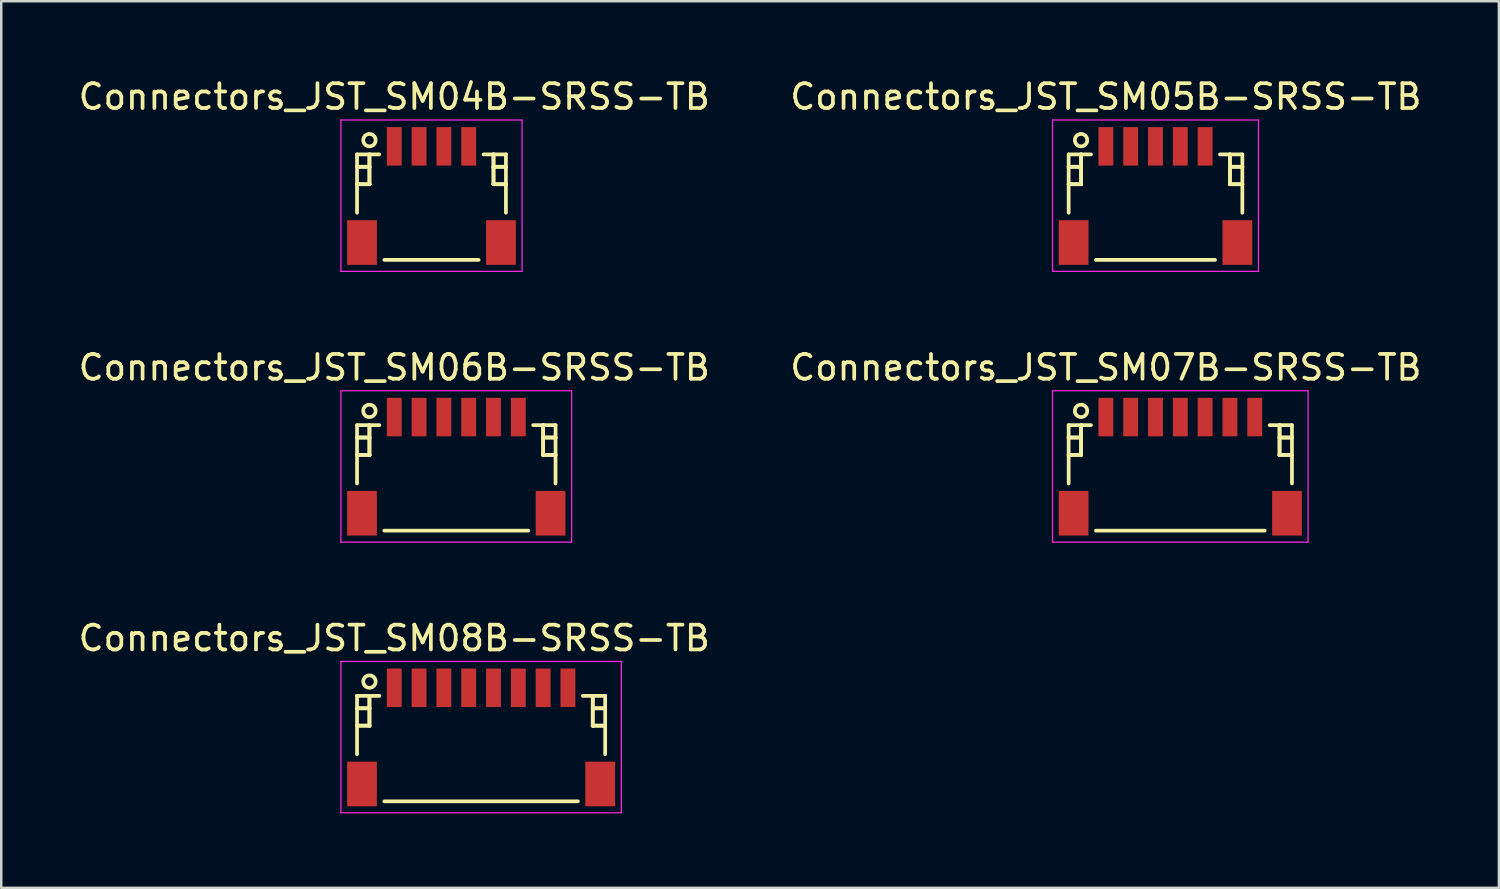
<source format=kicad_pcb>
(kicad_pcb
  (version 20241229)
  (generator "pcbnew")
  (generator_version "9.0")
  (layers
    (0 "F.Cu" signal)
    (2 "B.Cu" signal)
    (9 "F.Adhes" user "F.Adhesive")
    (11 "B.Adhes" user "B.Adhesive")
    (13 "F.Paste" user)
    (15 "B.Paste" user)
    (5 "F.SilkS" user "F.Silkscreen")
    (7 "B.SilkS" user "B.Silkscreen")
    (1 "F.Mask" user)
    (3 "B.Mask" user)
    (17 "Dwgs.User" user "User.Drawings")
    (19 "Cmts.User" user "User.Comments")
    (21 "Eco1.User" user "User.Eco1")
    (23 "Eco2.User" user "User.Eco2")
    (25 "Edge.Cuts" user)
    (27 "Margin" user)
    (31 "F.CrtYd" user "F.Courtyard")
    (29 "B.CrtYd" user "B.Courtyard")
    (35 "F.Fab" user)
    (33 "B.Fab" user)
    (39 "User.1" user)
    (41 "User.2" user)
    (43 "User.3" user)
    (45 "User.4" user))
  (footprint "Connectors_JST_SM07B-SRSS-TB"
    (layer "F.Cu")
    (at 44.518 15.697)
    (property "Reference" "Connectors_JST_SM07B-SRSS-TB" (at -3 -3.938 0) (layer "F.SilkS") (effects (font (size 1 1) (thickness 0.15))))
    (attr smd)
    (fp_line (start -4.5 -1.613) (end -3.6 -1.613) (stroke (width 0.15) (type solid)) (layer "F.SilkS"))
    (fp_line (start -4.5 -1.113) (end -4.5 -1.113) (stroke (width 0.15) (type solid)) (layer "F.SilkS"))
    (fp_line (start -4.5 -1.113) (end -4 -1.113) (stroke (width 0.15) (type solid)) (layer "F.SilkS"))
    (fp_line (start -4.5 -0.412) (end -4.5 -0.412) (stroke (width 0.15) (type solid)) (layer "F.SilkS"))
    (fp_line (start -4.5 -0.412) (end -4 -0.412) (stroke (width 0.15) (type solid)) (layer "F.SilkS"))
    (fp_line (start -4.5 0.738) (end -4.5 -1.613) (stroke (width 0.15) (type solid)) (layer "F.SilkS"))
    (fp_line (start -4 -1.613) (end -4 -1.613) (stroke (width 0.15) (type solid)) (layer "F.SilkS"))
    (fp_line (start -4 -1.613) (end -4 -0.412) (stroke (width 0.15) (type solid)) (layer "F.SilkS"))
    (fp_line (start -4 -1.113) (end -4.5 -1.113) (stroke (width 0.15) (type solid)) (layer "F.SilkS"))
    (fp_line (start -4 -1.113) (end -4 -1.113) (stroke (width 0.15) (type solid)) (layer "F.SilkS"))
    (fp_line (start -4 -0.412) (end -4.5 -0.412) (stroke (width 0.15) (type solid)) (layer "F.SilkS"))
    (fp_line (start -4 -0.412) (end -4 -1.613) (stroke (width 0.15) (type solid)) (layer "F.SilkS"))
    (fp_line (start -4 -0.412) (end -4 -0.412) (stroke (width 0.15) (type solid)) (layer "F.SilkS"))
    (fp_line (start -4 -0.412) (end -4 -0.412) (stroke (width 0.15) (type solid)) (layer "F.SilkS"))
    (fp_line (start -3.4 2.638) (end 3.4 2.638) (stroke (width 0.15) (type solid)) (layer "F.SilkS"))
    (fp_line (start 4 -1.613) (end 4 -1.613) (stroke (width 0.15) (type solid)) (layer "F.SilkS"))
    (fp_line (start 4 -1.613) (end 4 -0.412) (stroke (width 0.15) (type solid)) (layer "F.SilkS"))
    (fp_line (start 4 -1.113) (end 4 -1.113) (stroke (width 0.15) (type solid)) (layer "F.SilkS"))
    (fp_line (start 4 -1.113) (end 4.5 -1.113) (stroke (width 0.15) (type solid)) (layer "F.SilkS"))
    (fp_line (start 4 -0.412) (end 4 -1.613) (stroke (width 0.15) (type solid)) (layer "F.SilkS"))
    (fp_line (start 4 -0.412) (end 4 -0.412) (stroke (width 0.15) (type solid)) (layer "F.SilkS"))
    (fp_line (start 4 -0.412) (end 4 -0.412) (stroke (width 0.15) (type solid)) (layer "F.SilkS"))
    (fp_line (start 4 -0.412) (end 4.5 -0.412) (stroke (width 0.15) (type solid)) (layer "F.SilkS"))
    (fp_line (start 4.5 -1.613) (end 3.6 -1.613) (stroke (width 0.15) (type solid)) (layer "F.SilkS"))
    (fp_line (start 4.5 -1.113) (end 4 -1.113) (stroke (width 0.15) (type solid)) (layer "F.SilkS"))
    (fp_line (start 4.5 -1.113) (end 4.5 -1.113) (stroke (width 0.15) (type solid)) (layer "F.SilkS"))
    (fp_line (start 4.5 -0.412) (end 4 -0.412) (stroke (width 0.15) (type solid)) (layer "F.SilkS"))
    (fp_line (start 4.5 -0.412) (end 4.5 -0.412) (stroke (width 0.15) (type solid)) (layer "F.SilkS"))
    (fp_line (start 4.5 0.738) (end 4.5 -1.613) (stroke (width 0.15) (type solid)) (layer "F.SilkS"))
    (fp_circle (center -4 -2.188) (end -3.75 -2.188) (stroke (width 0.15) (type solid)) (fill no) (layer "F.SilkS"))
    (fp_line (start -5.15 -3) (end 5.15 -3) (stroke (width 0.05) (type solid)) (layer "F.CrtYd"))
    (fp_line (start -5.15 3.1) (end -5.15 -3) (stroke (width 0.05) (type solid)) (layer "F.CrtYd"))
    (fp_line (start 5.15 -3) (end 5.15 3.1) (stroke (width 0.05) (type solid)) (layer "F.CrtYd"))
    (fp_line (start 5.15 3.1) (end -5.15 3.1) (stroke (width 0.05) (type solid)) (layer "F.CrtYd"))
    (pad "" smd rect (at -4.3 1.938) (size 1.2 1.8) (layers "F.Cu" "F.Mask" "F.Paste"))
    (pad "" smd rect (at 4.3 1.938) (size 1.2 1.8) (layers "F.Cu" "F.Mask" "F.Paste"))
    (pad "1" smd rect (at -3 -1.938) (size 0.6 1.55) (layers "F.Cu" "F.Mask" "F.Paste"))
    (pad "2" smd rect (at -2 -1.938) (size 0.6 1.55) (layers "F.Cu" "F.Mask" "F.Paste"))
    (pad "3" smd rect (at -1 -1.938) (size 0.6 1.55) (layers "F.Cu" "F.Mask" "F.Paste"))
    (pad "4" smd rect (at 0 -1.938) (size 0.6 1.55) (layers "F.Cu" "F.Mask" "F.Paste"))
    (pad "5" smd rect (at 1 -1.938) (size 0.6 1.55) (layers "F.Cu" "F.Mask" "F.Paste"))
    (pad "6" smd rect (at 2 -1.938) (size 0.6 1.55) (layers "F.Cu" "F.Mask" "F.Paste"))
    (pad "7" smd rect (at 3 -1.938) (size 0.6 1.55) (layers "F.Cu" "F.Mask" "F.Paste")))
  (footprint "Connectors_JST_SM04B-SRSS-TB"
    (layer "F.Cu")
    (at 14.339 4.786)
    (property "Reference" "Connectors_JST_SM04B-SRSS-TB" (at -1.5 -3.938 0) (layer "F.SilkS") (effects (font (size 1 1) (thickness 0.15))))
    (attr smd)
    (fp_line (start -3 -1.613) (end -2.1 -1.613) (stroke (width 0.15) (type solid)) (layer "F.SilkS"))
    (fp_line (start -3 -1.113) (end -3 -1.113) (stroke (width 0.15) (type solid)) (layer "F.SilkS"))
    (fp_line (start -3 -1.113) (end -2.5 -1.113) (stroke (width 0.15) (type solid)) (layer "F.SilkS"))
    (fp_line (start -3 -0.412) (end -3 -0.412) (stroke (width 0.15) (type solid)) (layer "F.SilkS"))
    (fp_line (start -3 -0.412) (end -2.5 -0.412) (stroke (width 0.15) (type solid)) (layer "F.SilkS"))
    (fp_line (start -3 0.738) (end -3 -1.613) (stroke (width 0.15) (type solid)) (layer "F.SilkS"))
    (fp_line (start -2.5 -1.613) (end -2.5 -1.613) (stroke (width 0.15) (type solid)) (layer "F.SilkS"))
    (fp_line (start -2.5 -1.613) (end -2.5 -0.412) (stroke (width 0.15) (type solid)) (layer "F.SilkS"))
    (fp_line (start -2.5 -1.113) (end -3 -1.113) (stroke (width 0.15) (type solid)) (layer "F.SilkS"))
    (fp_line (start -2.5 -1.113) (end -2.5 -1.113) (stroke (width 0.15) (type solid)) (layer "F.SilkS"))
    (fp_line (start -2.5 -0.412) (end -3 -0.412) (stroke (width 0.15) (type solid)) (layer "F.SilkS"))
    (fp_line (start -2.5 -0.412) (end -2.5 -1.613) (stroke (width 0.15) (type solid)) (layer "F.SilkS"))
    (fp_line (start -2.5 -0.412) (end -2.5 -0.412) (stroke (width 0.15) (type solid)) (layer "F.SilkS"))
    (fp_line (start -2.5 -0.412) (end -2.5 -0.412) (stroke (width 0.15) (type solid)) (layer "F.SilkS"))
    (fp_line (start -1.9 2.638) (end 1.9 2.638) (stroke (width 0.15) (type solid)) (layer "F.SilkS"))
    (fp_line (start 2.5 -1.613) (end 2.5 -1.613) (stroke (width 0.15) (type solid)) (layer "F.SilkS"))
    (fp_line (start 2.5 -1.613) (end 2.5 -0.412) (stroke (width 0.15) (type solid)) (layer "F.SilkS"))
    (fp_line (start 2.5 -1.113) (end 2.5 -1.113) (stroke (width 0.15) (type solid)) (layer "F.SilkS"))
    (fp_line (start 2.5 -1.113) (end 3 -1.113) (stroke (width 0.15) (type solid)) (layer "F.SilkS"))
    (fp_line (start 2.5 -0.412) (end 2.5 -1.613) (stroke (width 0.15) (type solid)) (layer "F.SilkS"))
    (fp_line (start 2.5 -0.412) (end 2.5 -0.412) (stroke (width 0.15) (type solid)) (layer "F.SilkS"))
    (fp_line (start 2.5 -0.412) (end 2.5 -0.412) (stroke (width 0.15) (type solid)) (layer "F.SilkS"))
    (fp_line (start 2.5 -0.412) (end 3 -0.412) (stroke (width 0.15) (type solid)) (layer "F.SilkS"))
    (fp_line (start 3 -1.613) (end 2.1 -1.613) (stroke (width 0.15) (type solid)) (layer "F.SilkS"))
    (fp_line (start 3 -1.113) (end 2.5 -1.113) (stroke (width 0.15) (type solid)) (layer "F.SilkS"))
    (fp_line (start 3 -1.113) (end 3 -1.113) (stroke (width 0.15) (type solid)) (layer "F.SilkS"))
    (fp_line (start 3 -0.412) (end 2.5 -0.412) (stroke (width 0.15) (type solid)) (layer "F.SilkS"))
    (fp_line (start 3 -0.412) (end 3 -0.412) (stroke (width 0.15) (type solid)) (layer "F.SilkS"))
    (fp_line (start 3 0.738) (end 3 -1.613) (stroke (width 0.15) (type solid)) (layer "F.SilkS"))
    (fp_circle (center -2.5 -2.188) (end -2.25 -2.188) (stroke (width 0.15) (type solid)) (fill no) (layer "F.SilkS"))
    (fp_line (start -3.65 -3) (end 3.65 -3) (stroke (width 0.05) (type solid)) (layer "F.CrtYd"))
    (fp_line (start -3.65 3.1) (end -3.65 -3) (stroke (width 0.05) (type solid)) (layer "F.CrtYd"))
    (fp_line (start 3.65 -3) (end 3.65 3.1) (stroke (width 0.05) (type solid)) (layer "F.CrtYd"))
    (fp_line (start 3.65 3.1) (end -3.65 3.1) (stroke (width 0.05) (type solid)) (layer "F.CrtYd"))
    (pad "" smd rect (at -2.8 1.938) (size 1.2 1.8) (layers "F.Cu" "F.Mask" "F.Paste"))
    (pad "" smd rect (at 2.8 1.938) (size 1.2 1.8) (layers "F.Cu" "F.Mask" "F.Paste"))
    (pad "1" smd rect (at -1.5 -1.938) (size 0.6 1.55) (layers "F.Cu" "F.Mask" "F.Paste"))
    (pad "2" smd rect (at -0.5 -1.938) (size 0.6 1.55) (layers "F.Cu" "F.Mask" "F.Paste"))
    (pad "3" smd rect (at 0.5 -1.938) (size 0.6 1.55) (layers "F.Cu" "F.Mask" "F.Paste"))
    (pad "4" smd rect (at 1.5 -1.938) (size 0.6 1.55) (layers "F.Cu" "F.Mask" "F.Paste")))
  (footprint "Connectors_JST_SM06B-SRSS-TB"
    (layer "F.Cu")
    (at 15.339 15.697)
    (property "Reference" "Connectors_JST_SM06B-SRSS-TB" (at -2.5 -3.938 0) (layer "F.SilkS") (effects (font (size 1 1) (thickness 0.15))))
    (attr smd)
    (fp_line (start -4 -1.613) (end -3.1 -1.613) (stroke (width 0.15) (type solid)) (layer "F.SilkS"))
    (fp_line (start -4 -1.113) (end -4 -1.113) (stroke (width 0.15) (type solid)) (layer "F.SilkS"))
    (fp_line (start -4 -1.113) (end -3.5 -1.113) (stroke (width 0.15) (type solid)) (layer "F.SilkS"))
    (fp_line (start -4 -0.412) (end -4 -0.412) (stroke (width 0.15) (type solid)) (layer "F.SilkS"))
    (fp_line (start -4 -0.412) (end -3.5 -0.412) (stroke (width 0.15) (type solid)) (layer "F.SilkS"))
    (fp_line (start -4 0.738) (end -4 -1.613) (stroke (width 0.15) (type solid)) (layer "F.SilkS"))
    (fp_line (start -3.5 -1.613) (end -3.5 -1.613) (stroke (width 0.15) (type solid)) (layer "F.SilkS"))
    (fp_line (start -3.5 -1.613) (end -3.5 -0.412) (stroke (width 0.15) (type solid)) (layer "F.SilkS"))
    (fp_line (start -3.5 -1.113) (end -4 -1.113) (stroke (width 0.15) (type solid)) (layer "F.SilkS"))
    (fp_line (start -3.5 -1.113) (end -3.5 -1.113) (stroke (width 0.15) (type solid)) (layer "F.SilkS"))
    (fp_line (start -3.5 -0.412) (end -4 -0.412) (stroke (width 0.15) (type solid)) (layer "F.SilkS"))
    (fp_line (start -3.5 -0.412) (end -3.5 -1.613) (stroke (width 0.15) (type solid)) (layer "F.SilkS"))
    (fp_line (start -3.5 -0.412) (end -3.5 -0.412) (stroke (width 0.15) (type solid)) (layer "F.SilkS"))
    (fp_line (start -3.5 -0.412) (end -3.5 -0.412) (stroke (width 0.15) (type solid)) (layer "F.SilkS"))
    (fp_line (start -2.9 2.638) (end 2.9 2.638) (stroke (width 0.15) (type solid)) (layer "F.SilkS"))
    (fp_line (start 3.5 -1.613) (end 3.5 -1.613) (stroke (width 0.15) (type solid)) (layer "F.SilkS"))
    (fp_line (start 3.5 -1.613) (end 3.5 -0.412) (stroke (width 0.15) (type solid)) (layer "F.SilkS"))
    (fp_line (start 3.5 -1.113) (end 3.5 -1.113) (stroke (width 0.15) (type solid)) (layer "F.SilkS"))
    (fp_line (start 3.5 -1.113) (end 4 -1.113) (stroke (width 0.15) (type solid)) (layer "F.SilkS"))
    (fp_line (start 3.5 -0.412) (end 3.5 -1.613) (stroke (width 0.15) (type solid)) (layer "F.SilkS"))
    (fp_line (start 3.5 -0.412) (end 3.5 -0.412) (stroke (width 0.15) (type solid)) (layer "F.SilkS"))
    (fp_line (start 3.5 -0.412) (end 3.5 -0.412) (stroke (width 0.15) (type solid)) (layer "F.SilkS"))
    (fp_line (start 3.5 -0.412) (end 4 -0.412) (stroke (width 0.15) (type solid)) (layer "F.SilkS"))
    (fp_line (start 4 -1.613) (end 3.1 -1.613) (stroke (width 0.15) (type solid)) (layer "F.SilkS"))
    (fp_line (start 4 -1.113) (end 3.5 -1.113) (stroke (width 0.15) (type solid)) (layer "F.SilkS"))
    (fp_line (start 4 -1.113) (end 4 -1.113) (stroke (width 0.15) (type solid)) (layer "F.SilkS"))
    (fp_line (start 4 -0.412) (end 3.5 -0.412) (stroke (width 0.15) (type solid)) (layer "F.SilkS"))
    (fp_line (start 4 -0.412) (end 4 -0.412) (stroke (width 0.15) (type solid)) (layer "F.SilkS"))
    (fp_line (start 4 0.738) (end 4 -1.613) (stroke (width 0.15) (type solid)) (layer "F.SilkS"))
    (fp_circle (center -3.5 -2.188) (end -3.25 -2.188) (stroke (width 0.15) (type solid)) (fill no) (layer "F.SilkS"))
    (fp_line (start -4.65 -3) (end 4.65 -3) (stroke (width 0.05) (type solid)) (layer "F.CrtYd"))
    (fp_line (start -4.65 3.1) (end -4.65 -3) (stroke (width 0.05) (type solid)) (layer "F.CrtYd"))
    (fp_line (start 4.65 -3) (end 4.65 3.1) (stroke (width 0.05) (type solid)) (layer "F.CrtYd"))
    (fp_line (start 4.65 3.1) (end -4.65 3.1) (stroke (width 0.05) (type solid)) (layer "F.CrtYd"))
    (pad "" smd rect (at -3.8 1.938) (size 1.2 1.8) (layers "F.Cu" "F.Mask" "F.Paste"))
    (pad "" smd rect (at 3.8 1.938) (size 1.2 1.8) (layers "F.Cu" "F.Mask" "F.Paste"))
    (pad "1" smd rect (at -2.5 -1.938) (size 0.6 1.55) (layers "F.Cu" "F.Mask" "F.Paste"))
    (pad "2" smd rect (at -1.5 -1.938) (size 0.6 1.55) (layers "F.Cu" "F.Mask" "F.Paste"))
    (pad "3" smd rect (at -0.5 -1.938) (size 0.6 1.55) (layers "F.Cu" "F.Mask" "F.Paste"))
    (pad "4" smd rect (at 0.5 -1.938) (size 0.6 1.55) (layers "F.Cu" "F.Mask" "F.Paste"))
    (pad "5" smd rect (at 1.5 -1.938) (size 0.6 1.55) (layers "F.Cu" "F.Mask" "F.Paste"))
    (pad "6" smd rect (at 2.5 -1.938) (size 0.6 1.55) (layers "F.Cu" "F.Mask" "F.Paste")))
  (footprint "Connectors_JST_SM08B-SRSS-TB"
    (layer "F.Cu")
    (at 16.339 26.607)
    (property "Reference" "Connectors_JST_SM08B-SRSS-TB" (at -3.5 -3.938 0) (layer "F.SilkS") (effects (font (size 1 1) (thickness 0.15))))
    (attr smd)
    (fp_line (start -5 -1.613) (end -4.1 -1.613) (stroke (width 0.15) (type solid)) (layer "F.SilkS"))
    (fp_line (start -5 -1.113) (end -5 -1.113) (stroke (width 0.15) (type solid)) (layer "F.SilkS"))
    (fp_line (start -5 -1.113) (end -4.5 -1.113) (stroke (width 0.15) (type solid)) (layer "F.SilkS"))
    (fp_line (start -5 -0.412) (end -5 -0.412) (stroke (width 0.15) (type solid)) (layer "F.SilkS"))
    (fp_line (start -5 -0.412) (end -4.5 -0.412) (stroke (width 0.15) (type solid)) (layer "F.SilkS"))
    (fp_line (start -5 0.738) (end -5 -1.613) (stroke (width 0.15) (type solid)) (layer "F.SilkS"))
    (fp_line (start -4.5 -1.613) (end -4.5 -1.613) (stroke (width 0.15) (type solid)) (layer "F.SilkS"))
    (fp_line (start -4.5 -1.613) (end -4.5 -0.412) (stroke (width 0.15) (type solid)) (layer "F.SilkS"))
    (fp_line (start -4.5 -1.113) (end -5 -1.113) (stroke (width 0.15) (type solid)) (layer "F.SilkS"))
    (fp_line (start -4.5 -1.113) (end -4.5 -1.113) (stroke (width 0.15) (type solid)) (layer "F.SilkS"))
    (fp_line (start -4.5 -0.412) (end -5 -0.412) (stroke (width 0.15) (type solid)) (layer "F.SilkS"))
    (fp_line (start -4.5 -0.412) (end -4.5 -1.613) (stroke (width 0.15) (type solid)) (layer "F.SilkS"))
    (fp_line (start -4.5 -0.412) (end -4.5 -0.412) (stroke (width 0.15) (type solid)) (layer "F.SilkS"))
    (fp_line (start -4.5 -0.412) (end -4.5 -0.412) (stroke (width 0.15) (type solid)) (layer "F.SilkS"))
    (fp_line (start -3.9 2.638) (end 3.9 2.638) (stroke (width 0.15) (type solid)) (layer "F.SilkS"))
    (fp_line (start 4.5 -1.613) (end 4.5 -1.613) (stroke (width 0.15) (type solid)) (layer "F.SilkS"))
    (fp_line (start 4.5 -1.613) (end 4.5 -0.412) (stroke (width 0.15) (type solid)) (layer "F.SilkS"))
    (fp_line (start 4.5 -1.113) (end 4.5 -1.113) (stroke (width 0.15) (type solid)) (layer "F.SilkS"))
    (fp_line (start 4.5 -1.113) (end 5 -1.113) (stroke (width 0.15) (type solid)) (layer "F.SilkS"))
    (fp_line (start 4.5 -0.412) (end 4.5 -1.613) (stroke (width 0.15) (type solid)) (layer "F.SilkS"))
    (fp_line (start 4.5 -0.412) (end 4.5 -0.412) (stroke (width 0.15) (type solid)) (layer "F.SilkS"))
    (fp_line (start 4.5 -0.412) (end 4.5 -0.412) (stroke (width 0.15) (type solid)) (layer "F.SilkS"))
    (fp_line (start 4.5 -0.412) (end 5 -0.412) (stroke (width 0.15) (type solid)) (layer "F.SilkS"))
    (fp_line (start 5 -1.613) (end 4.1 -1.613) (stroke (width 0.15) (type solid)) (layer "F.SilkS"))
    (fp_line (start 5 -1.113) (end 4.5 -1.113) (stroke (width 0.15) (type solid)) (layer "F.SilkS"))
    (fp_line (start 5 -1.113) (end 5 -1.113) (stroke (width 0.15) (type solid)) (layer "F.SilkS"))
    (fp_line (start 5 -0.412) (end 4.5 -0.412) (stroke (width 0.15) (type solid)) (layer "F.SilkS"))
    (fp_line (start 5 -0.412) (end 5 -0.412) (stroke (width 0.15) (type solid)) (layer "F.SilkS"))
    (fp_line (start 5 0.738) (end 5 -1.613) (stroke (width 0.15) (type solid)) (layer "F.SilkS"))
    (fp_circle (center -4.5 -2.188) (end -4.25 -2.188) (stroke (width 0.15) (type solid)) (fill no) (layer "F.SilkS"))
    (fp_line (start -5.65 -3) (end 5.65 -3) (stroke (width 0.05) (type solid)) (layer "F.CrtYd"))
    (fp_line (start -5.65 3.1) (end -5.65 -3) (stroke (width 0.05) (type solid)) (layer "F.CrtYd"))
    (fp_line (start 5.65 -3) (end 5.65 3.1) (stroke (width 0.05) (type solid)) (layer "F.CrtYd"))
    (fp_line (start 5.65 3.1) (end -5.65 3.1) (stroke (width 0.05) (type solid)) (layer "F.CrtYd"))
    (pad "" smd rect (at -4.8 1.938) (size 1.2 1.8) (layers "F.Cu" "F.Mask" "F.Paste"))
    (pad "" smd rect (at 4.8 1.938) (size 1.2 1.8) (layers "F.Cu" "F.Mask" "F.Paste"))
    (pad "1" smd rect (at -3.5 -1.938) (size 0.6 1.55) (layers "F.Cu" "F.Mask" "F.Paste"))
    (pad "2" smd rect (at -2.5 -1.938) (size 0.6 1.55) (layers "F.Cu" "F.Mask" "F.Paste"))
    (pad "3" smd rect (at -1.5 -1.938) (size 0.6 1.55) (layers "F.Cu" "F.Mask" "F.Paste"))
    (pad "4" smd rect (at -0.5 -1.938) (size 0.6 1.55) (layers "F.Cu" "F.Mask" "F.Paste"))
    (pad "5" smd rect (at 0.5 -1.938) (size 0.6 1.55) (layers "F.Cu" "F.Mask" "F.Paste"))
    (pad "6" smd rect (at 1.5 -1.938) (size 0.6 1.55) (layers "F.Cu" "F.Mask" "F.Paste"))
    (pad "7" smd rect (at 2.5 -1.938) (size 0.6 1.55) (layers "F.Cu" "F.Mask" "F.Paste"))
    (pad "8" smd rect (at 3.5 -1.938) (size 0.6 1.55) (layers "F.Cu" "F.Mask" "F.Paste")))
  (footprint "Connectors_JST_SM05B-SRSS-TB"
    (layer "F.Cu")
    (at 43.518 4.786)
    (property "Reference" "Connectors_JST_SM05B-SRSS-TB" (at -2 -3.938 0) (layer "F.SilkS") (effects (font (size 1 1) (thickness 0.15))))
    (attr smd)
    (fp_line (start -3.5 -1.613) (end -2.6 -1.613) (stroke (width 0.15) (type solid)) (layer "F.SilkS"))
    (fp_line (start -3.5 -1.113) (end -3.5 -1.113) (stroke (width 0.15) (type solid)) (layer "F.SilkS"))
    (fp_line (start -3.5 -1.113) (end -3 -1.113) (stroke (width 0.15) (type solid)) (layer "F.SilkS"))
    (fp_line (start -3.5 -0.412) (end -3.5 -0.412) (stroke (width 0.15) (type solid)) (layer "F.SilkS"))
    (fp_line (start -3.5 -0.412) (end -3 -0.412) (stroke (width 0.15) (type solid)) (layer "F.SilkS"))
    (fp_line (start -3.5 0.738) (end -3.5 -1.613) (stroke (width 0.15) (type solid)) (layer "F.SilkS"))
    (fp_line (start -3 -1.613) (end -3 -1.613) (stroke (width 0.15) (type solid)) (layer "F.SilkS"))
    (fp_line (start -3 -1.613) (end -3 -0.412) (stroke (width 0.15) (type solid)) (layer "F.SilkS"))
    (fp_line (start -3 -1.113) (end -3.5 -1.113) (stroke (width 0.15) (type solid)) (layer "F.SilkS"))
    (fp_line (start -3 -1.113) (end -3 -1.113) (stroke (width 0.15) (type solid)) (layer "F.SilkS"))
    (fp_line (start -3 -0.412) (end -3.5 -0.412) (stroke (width 0.15) (type solid)) (layer "F.SilkS"))
    (fp_line (start -3 -0.412) (end -3 -1.613) (stroke (width 0.15) (type solid)) (layer "F.SilkS"))
    (fp_line (start -3 -0.412) (end -3 -0.412) (stroke (width 0.15) (type solid)) (layer "F.SilkS"))
    (fp_line (start -3 -0.412) (end -3 -0.412) (stroke (width 0.15) (type solid)) (layer "F.SilkS"))
    (fp_line (start -2.4 2.638) (end 2.4 2.638) (stroke (width 0.15) (type solid)) (layer "F.SilkS"))
    (fp_line (start 3 -1.613) (end 3 -1.613) (stroke (width 0.15) (type solid)) (layer "F.SilkS"))
    (fp_line (start 3 -1.613) (end 3 -0.412) (stroke (width 0.15) (type solid)) (layer "F.SilkS"))
    (fp_line (start 3 -1.113) (end 3 -1.113) (stroke (width 0.15) (type solid)) (layer "F.SilkS"))
    (fp_line (start 3 -1.113) (end 3.5 -1.113) (stroke (width 0.15) (type solid)) (layer "F.SilkS"))
    (fp_line (start 3 -0.412) (end 3 -1.613) (stroke (width 0.15) (type solid)) (layer "F.SilkS"))
    (fp_line (start 3 -0.412) (end 3 -0.412) (stroke (width 0.15) (type solid)) (layer "F.SilkS"))
    (fp_line (start 3 -0.412) (end 3 -0.412) (stroke (width 0.15) (type solid)) (layer "F.SilkS"))
    (fp_line (start 3 -0.412) (end 3.5 -0.412) (stroke (width 0.15) (type solid)) (layer "F.SilkS"))
    (fp_line (start 3.5 -1.613) (end 2.6 -1.613) (stroke (width 0.15) (type solid)) (layer "F.SilkS"))
    (fp_line (start 3.5 -1.113) (end 3 -1.113) (stroke (width 0.15) (type solid)) (layer "F.SilkS"))
    (fp_line (start 3.5 -1.113) (end 3.5 -1.113) (stroke (width 0.15) (type solid)) (layer "F.SilkS"))
    (fp_line (start 3.5 -0.412) (end 3 -0.412) (stroke (width 0.15) (type solid)) (layer "F.SilkS"))
    (fp_line (start 3.5 -0.412) (end 3.5 -0.412) (stroke (width 0.15) (type solid)) (layer "F.SilkS"))
    (fp_line (start 3.5 0.738) (end 3.5 -1.613) (stroke (width 0.15) (type solid)) (layer "F.SilkS"))
    (fp_circle (center -3 -2.188) (end -2.75 -2.188) (stroke (width 0.15) (type solid)) (fill no) (layer "F.SilkS"))
    (fp_line (start -4.15 -3) (end 4.15 -3) (stroke (width 0.05) (type solid)) (layer "F.CrtYd"))
    (fp_line (start -4.15 3.1) (end -4.15 -3) (stroke (width 0.05) (type solid)) (layer "F.CrtYd"))
    (fp_line (start 4.15 -3) (end 4.15 3.1) (stroke (width 0.05) (type solid)) (layer "F.CrtYd"))
    (fp_line (start 4.15 3.1) (end -4.15 3.1) (stroke (width 0.05) (type solid)) (layer "F.CrtYd"))
    (pad "" smd rect (at -3.3 1.938) (size 1.2 1.8) (layers "F.Cu" "F.Mask" "F.Paste"))
    (pad "" smd rect (at 3.3 1.938) (size 1.2 1.8) (layers "F.Cu" "F.Mask" "F.Paste"))
    (pad "1" smd rect (at -2 -1.938) (size 0.6 1.55) (layers "F.Cu" "F.Mask" "F.Paste"))
    (pad "2" smd rect (at -1 -1.938) (size 0.6 1.55) (layers "F.Cu" "F.Mask" "F.Paste"))
    (pad "3" smd rect (at 0 -1.938) (size 0.6 1.55) (layers "F.Cu" "F.Mask" "F.Paste"))
    (pad "4" smd rect (at 1 -1.938) (size 0.6 1.55) (layers "F.Cu" "F.Mask" "F.Paste"))
    (pad "5" smd rect (at 2 -1.938) (size 0.6 1.55) (layers "F.Cu" "F.Mask" "F.Paste")))
  (gr_rect
    (start -3 -3)
    (end 57.357 32.732)
    (stroke (width 0.1) (type default))
    (fill no)
    (layer "Edge.Cuts")))
</source>
